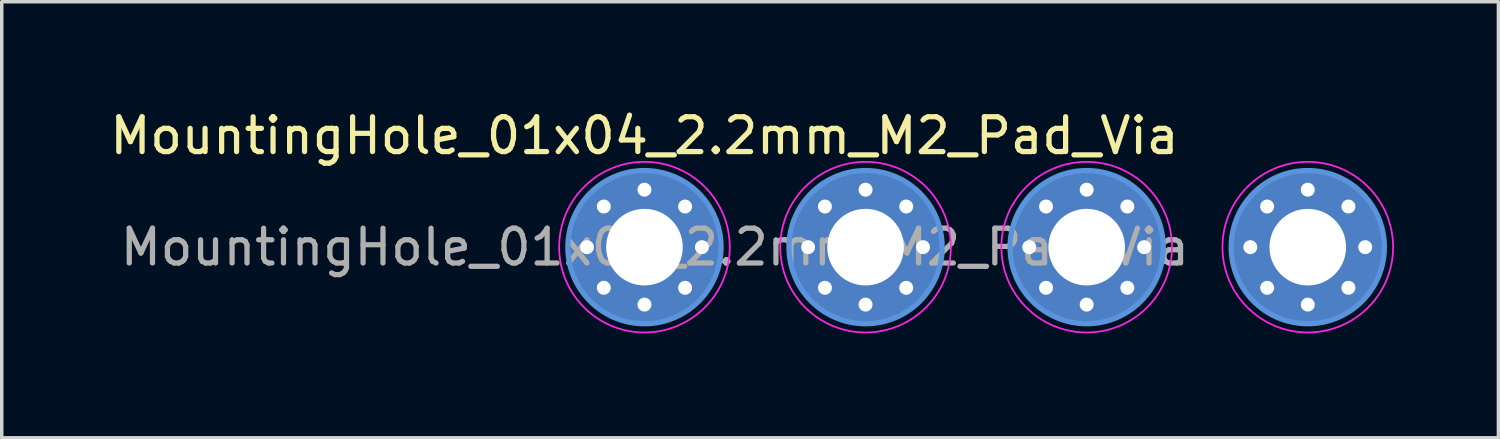
<source format=kicad_pcb>
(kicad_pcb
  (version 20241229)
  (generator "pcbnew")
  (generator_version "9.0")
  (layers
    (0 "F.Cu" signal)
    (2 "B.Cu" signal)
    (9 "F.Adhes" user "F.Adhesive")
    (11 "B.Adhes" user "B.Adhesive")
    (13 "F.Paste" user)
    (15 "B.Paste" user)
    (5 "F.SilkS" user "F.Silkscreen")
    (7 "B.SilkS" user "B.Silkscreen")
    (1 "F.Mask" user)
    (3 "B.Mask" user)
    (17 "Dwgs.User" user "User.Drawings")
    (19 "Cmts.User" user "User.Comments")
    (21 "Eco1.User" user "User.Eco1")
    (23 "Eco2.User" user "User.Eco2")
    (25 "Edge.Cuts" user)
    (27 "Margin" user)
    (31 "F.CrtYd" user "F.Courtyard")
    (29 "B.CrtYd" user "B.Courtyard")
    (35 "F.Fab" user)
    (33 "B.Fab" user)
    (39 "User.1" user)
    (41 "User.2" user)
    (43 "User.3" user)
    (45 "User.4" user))
  (footprint "MountingHole_01x04_2.2mm_M2_Pad_Via"
    (layer "F.Cu")
    (at 15.458 4.048)
    (property "Reference" "MountingHole_01x04_2.2mm_M2_Pad_Via" (at 0 -3.2 0) (layer "F.SilkS") (effects (font (size 1 1) (thickness 0.15))))
    (attr exclude_from_pos_files exclude_from_bom)
    (fp_circle (center 0 0) (end 2.2 0) (stroke (width 0.15) (type solid)) (fill no) (layer "Cmts.User"))
    (fp_circle (center 6.35 0) (end 8.55 0) (stroke (width 0.15) (type solid)) (fill no) (layer "Cmts.User"))
    (fp_circle (center 12.7 0) (end 14.9 0) (stroke (width 0.15) (type solid)) (fill no) (layer "Cmts.User"))
    (fp_circle (center 19.05 0) (end 21.25 0) (stroke (width 0.15) (type solid)) (fill no) (layer "Cmts.User"))
    (fp_circle (center 0 0) (end 2.45 0) (stroke (width 0.05) (type solid)) (fill no) (layer "F.CrtYd"))
    (fp_circle (center 6.35 0) (end 8.8 0) (stroke (width 0.05) (type solid)) (fill no) (layer "F.CrtYd"))
    (fp_circle (center 12.7 0) (end 15.15 0) (stroke (width 0.05) (type solid)) (fill no) (layer "F.CrtYd"))
    (fp_circle (center 19.05 0) (end 21.5 0) (stroke (width 0.05) (type solid)) (fill no) (layer "F.CrtYd"))
    (fp_text user "${REFERENCE}" (at 0.3 0 0) (layer "F.Fab") (effects (font (size 1 1) (thickness 0.15))))
    (pad "1" thru_hole circle (at -1.65 0) (size 0.7 0.7) (drill 0.4) (layers "*.Cu" "*.Mask"))
    (pad "1" thru_hole circle (at -1.167 -1.167) (size 0.7 0.7) (drill 0.4) (layers "*.Cu" "*.Mask"))
    (pad "1" thru_hole circle (at -1.167 1.167) (size 0.7 0.7) (drill 0.4) (layers "*.Cu" "*.Mask"))
    (pad "1" thru_hole circle (at 0 -1.65) (size 0.7 0.7) (drill 0.4) (layers "*.Cu" "*.Mask"))
    (pad "1" thru_hole circle (at 0 0) (size 4.4 4.4) (drill 2.2) (layers "*.Cu" "*.Mask"))
    (pad "1" thru_hole circle (at 0 1.65) (size 0.7 0.7) (drill 0.4) (layers "*.Cu" "*.Mask"))
    (pad "1" thru_hole circle (at 1.167 -1.167) (size 0.7 0.7) (drill 0.4) (layers "*.Cu" "*.Mask"))
    (pad "1" thru_hole circle (at 1.167 1.167) (size 0.7 0.7) (drill 0.4) (layers "*.Cu" "*.Mask"))
    (pad "1" thru_hole circle (at 1.65 0) (size 0.7 0.7) (drill 0.4) (layers "*.Cu" "*.Mask"))
    (pad "2" thru_hole circle (at 4.7 0) (size 0.7 0.7) (drill 0.4) (layers "*.Cu" "*.Mask"))
    (pad "2" thru_hole circle (at 5.183 -1.167) (size 0.7 0.7) (drill 0.4) (layers "*.Cu" "*.Mask"))
    (pad "2" thru_hole circle (at 5.183 1.167) (size 0.7 0.7) (drill 0.4) (layers "*.Cu" "*.Mask"))
    (pad "2" thru_hole circle (at 6.35 -1.65) (size 0.7 0.7) (drill 0.4) (layers "*.Cu" "*.Mask"))
    (pad "2" thru_hole circle (at 6.35 0) (size 4.4 4.4) (drill 2.2) (layers "*.Cu" "*.Mask"))
    (pad "2" thru_hole circle (at 6.35 1.65) (size 0.7 0.7) (drill 0.4) (layers "*.Cu" "*.Mask"))
    (pad "2" thru_hole circle (at 7.517 -1.167) (size 0.7 0.7) (drill 0.4) (layers "*.Cu" "*.Mask"))
    (pad "2" thru_hole circle (at 7.517 1.167) (size 0.7 0.7) (drill 0.4) (layers "*.Cu" "*.Mask"))
    (pad "2" thru_hole circle (at 8 0) (size 0.7 0.7) (drill 0.4) (layers "*.Cu" "*.Mask"))
    (pad "3" thru_hole circle (at 11.05 0) (size 0.7 0.7) (drill 0.4) (layers "*.Cu" "*.Mask"))
    (pad "3" thru_hole circle (at 11.533 -1.167) (size 0.7 0.7) (drill 0.4) (layers "*.Cu" "*.Mask"))
    (pad "3" thru_hole circle (at 11.533 1.167) (size 0.7 0.7) (drill 0.4) (layers "*.Cu" "*.Mask"))
    (pad "3" thru_hole circle (at 12.7 -1.65) (size 0.7 0.7) (drill 0.4) (layers "*.Cu" "*.Mask"))
    (pad "3" thru_hole circle (at 12.7 0) (size 4.4 4.4) (drill 2.2) (layers "*.Cu" "*.Mask"))
    (pad "3" thru_hole circle (at 12.7 1.65) (size 0.7 0.7) (drill 0.4) (layers "*.Cu" "*.Mask"))
    (pad "3" thru_hole circle (at 13.867 -1.167) (size 0.7 0.7) (drill 0.4) (layers "*.Cu" "*.Mask"))
    (pad "3" thru_hole circle (at 13.867 1.167) (size 0.7 0.7) (drill 0.4) (layers "*.Cu" "*.Mask"))
    (pad "3" thru_hole circle (at 14.35 0) (size 0.7 0.7) (drill 0.4) (layers "*.Cu" "*.Mask"))
    (pad "4" thru_hole circle (at 17.4 0) (size 0.7 0.7) (drill 0.4) (layers "*.Cu" "*.Mask"))
    (pad "4" thru_hole circle (at 17.883 -1.167) (size 0.7 0.7) (drill 0.4) (layers "*.Cu" "*.Mask"))
    (pad "4" thru_hole circle (at 17.883 1.167) (size 0.7 0.7) (drill 0.4) (layers "*.Cu" "*.Mask"))
    (pad "4" thru_hole circle (at 19.05 -1.65) (size 0.7 0.7) (drill 0.4) (layers "*.Cu" "*.Mask"))
    (pad "4" thru_hole circle (at 19.05 0) (size 4.4 4.4) (drill 2.2) (layers "*.Cu" "*.Mask"))
    (pad "4" thru_hole circle (at 19.05 1.65) (size 0.7 0.7) (drill 0.4) (layers "*.Cu" "*.Mask"))
    (pad "4" thru_hole circle (at 20.217 -1.167) (size 0.7 0.7) (drill 0.4) (layers "*.Cu" "*.Mask"))
    (pad "4" thru_hole circle (at 20.217 1.167) (size 0.7 0.7) (drill 0.4) (layers "*.Cu" "*.Mask"))
    (pad "4" thru_hole circle (at 20.7 0) (size 0.7 0.7) (drill 0.4) (layers "*.Cu" "*.Mask")))
  (gr_rect
    (start -3 -3)
    (end 39.983 9.523)
    (stroke (width 0.1) (type default))
    (fill no)
    (layer "Edge.Cuts")))
</source>
